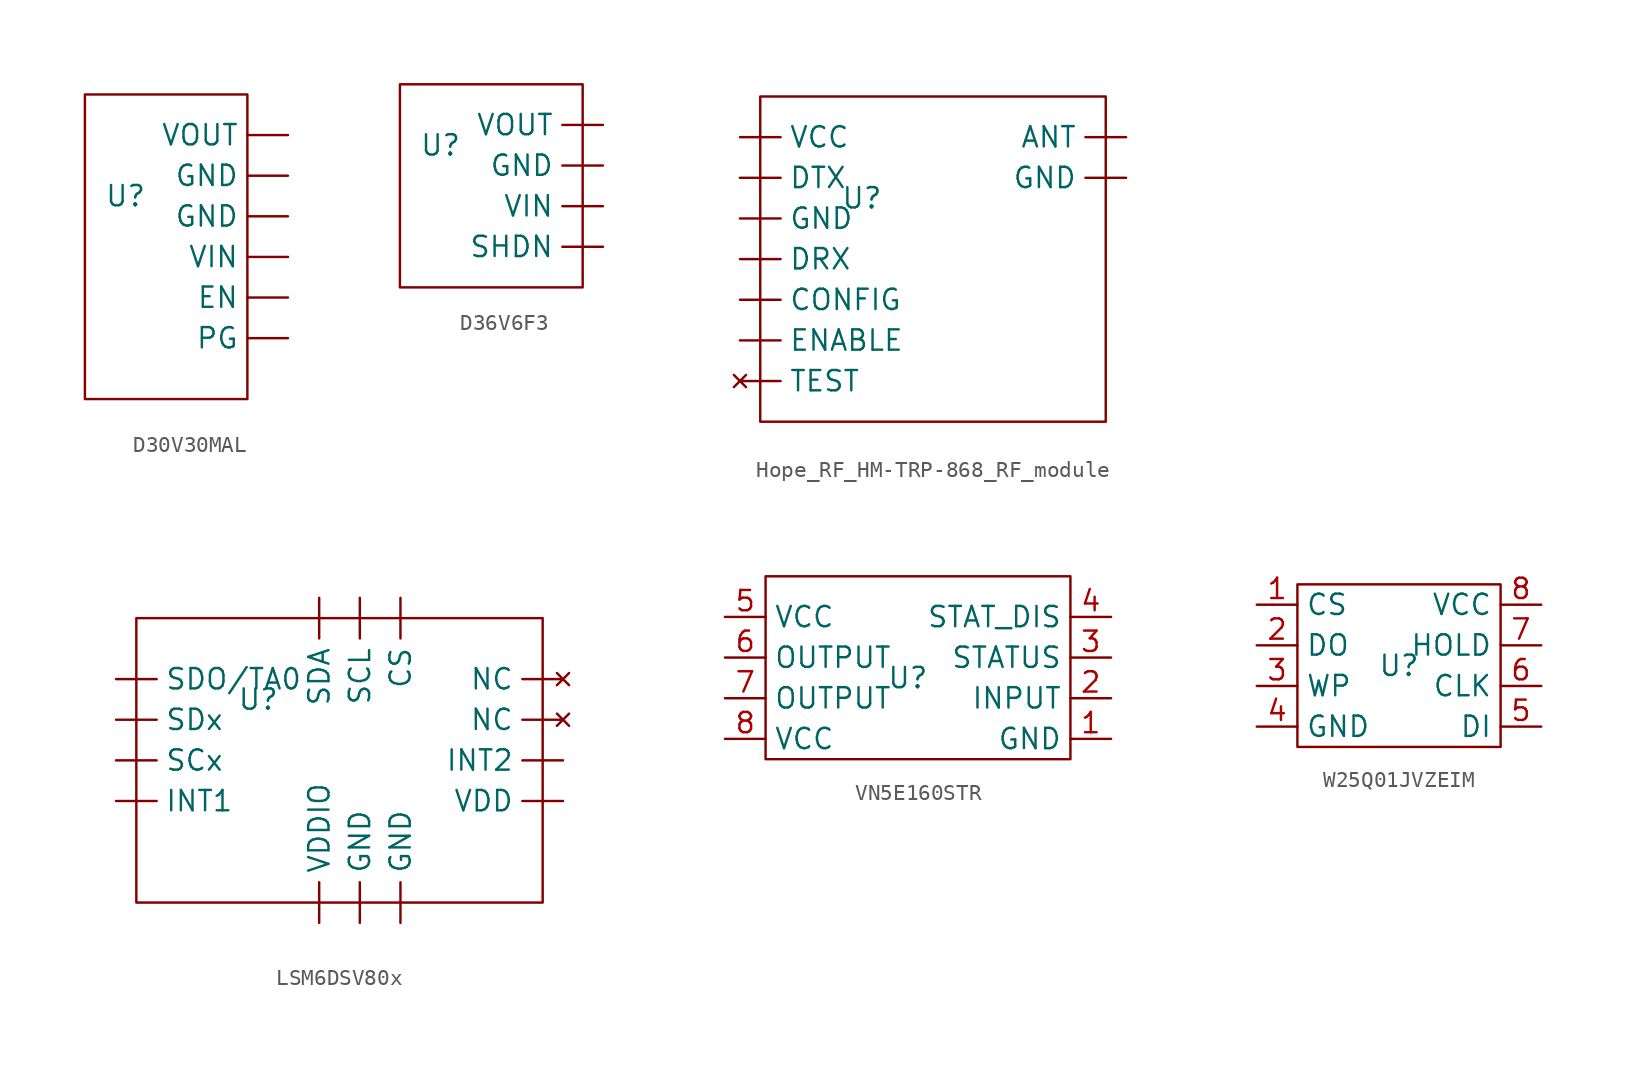
<source format=kicad_sym>
(kicad_symbol_lib
  (version 20241209)
  (generator "kicad_symbol_editor")
  (generator_version "9.0")
  (symbol "D30V30MAL"
    (property "Reference" "U"
      (at 0 0 0)
      (effects (font (size 1.27 1.27))))
    (property "Value" ""
      (at 0 0 0)
      (effects (font (size 1.27 1.27))))
    (symbol "D30V30MAL_0_1"
      (rectangle (start -2.54 6.35) (end 7.62 -12.7) (stroke (width 0) (type default)) (fill (type none))))
    (symbol "D30V30MAL_1_1"
      (pin power_out line (at 10.16 3.81 180) (length 2.54) (name "VOUT" (effects (font (size 1.27 1.27)))) (number "" (effects (font (size 1.27 1.27)))))
      (pin power_in line (at 10.16 1.27 180) (length 2.54) (name "GND" (effects (font (size 1.27 1.27)))) (number "" (effects (font (size 1.27 1.27)))))
      (pin power_in line (at 10.16 -1.27 180) (length 2.54) (name "GND" (effects (font (size 1.27 1.27)))) (number "" (effects (font (size 1.27 1.27)))))
      (pin power_in line (at 10.16 -3.81 180) (length 2.54) (name "VIN" (effects (font (size 1.27 1.27)))) (number "" (effects (font (size 1.27 1.27)))))
      (pin input line (at 10.16 -6.35 180) (length 2.54) (name "EN" (effects (font (size 1.27 1.27)))) (number "" (effects (font (size 1.27 1.27)))))
      (pin output line (at 10.16 -8.89 180) (length 2.54) (name "PG" (effects (font (size 1.27 1.27)))) (number "" (effects (font (size 1.27 1.27)))))))
  (symbol "D36V6F3"
    (property "Reference" "U"
      (at 0 0 0)
      (effects (font (size 1.27 1.27))))
    (property "Value" ""
      (at 0 0 0)
      (effects (font (size 1.27 1.27))))
    (symbol "D36V6F3_0_1"
      (rectangle (start -2.54 3.81) (end 8.89 -8.89) (stroke (width 0) (type default)) (fill (type none))))
    (symbol "D36V6F3_1_1"
      (pin power_out line (at 10.16 1.27 180) (length 2.54) (name "VOUT" (effects (font (size 1.27 1.27)))) (number "" (effects (font (size 1.27 1.27)))))
      (pin power_in line (at 10.16 -1.27 180) (length 2.54) (name "GND" (effects (font (size 1.27 1.27)))) (number "" (effects (font (size 1.27 1.27)))))
      (pin power_in line (at 10.16 -3.81 180) (length 2.54) (name "VIN" (effects (font (size 1.27 1.27)))) (number "" (effects (font (size 1.27 1.27)))))
      (pin input line (at 10.16 -6.35 180) (length 2.54) (name "SHDN" (effects (font (size 1.27 1.27)))) (number "" (effects (font (size 1.27 1.27)))))))
  (symbol "Hope_RF_HM-TRP-868_RF_module"
    (property "Reference" "U"
      (at 0 0 0)
      (effects (font (size 1.27 1.27))))
    (property "Value" ""
      (at 0 0 0)
      (effects (font (size 1.27 1.27))))
    (symbol "Hope_RF_HM-TRP-868_RF_module_0_1"
      (rectangle (start -6.35 6.35) (end 15.24 -13.97) (stroke (width 0) (type default)) (fill (type none))))
    (symbol "Hope_RF_HM-TRP-868_RF_module_1_1"
      (pin power_in line (at -7.62 3.81 0) (length 2.54) (name "VCC" (effects (font (size 1.27 1.27)))) (number "" (effects (font (size 1.27 1.27)))))
      (pin output line (at -7.62 1.27 0) (length 2.54) (name "DTX" (effects (font (size 1.27 1.27)))) (number "" (effects (font (size 1.27 1.27)))))
      (pin power_in line (at -7.62 -1.27 0) (length 2.54) (name "GND" (effects (font (size 1.27 1.27)))) (number "" (effects (font (size 1.27 1.27)))))
      (pin input line (at -7.62 -3.81 0) (length 2.54) (name "DRX" (effects (font (size 1.27 1.27)))) (number "" (effects (font (size 1.27 1.27)))))
      (pin input line (at -7.62 -6.35 0) (length 2.54) (name "CONFIG" (effects (font (size 1.27 1.27)))) (number "" (effects (font (size 1.27 1.27)))))
      (pin input line (at -7.62 -8.89 0) (length 2.54) (name "ENABLE" (effects (font (size 1.27 1.27)))) (number "" (effects (font (size 1.27 1.27)))))
      (pin no_connect line (at -7.62 -11.43 0) (length 2.54) (name "TEST" (effects (font (size 1.27 1.27)))) (number "" (effects (font (size 1.27 1.27)))))
      (pin bidirectional line (at 16.51 3.81 180) (length 2.54) (name "ANT" (effects (font (size 1.27 1.27)))) (number "" (effects (font (size 1.27 1.27)))))
      (pin power_in line (at 16.51 1.27 180) (length 2.54) (name "GND" (effects (font (size 1.27 1.27)))) (number "" (effects (font (size 1.27 1.27)))))))
  (symbol "LSM6DSV80x"
    (property "Reference" "U"
      (at 0 0 0)
      (effects (font (size 1.27 1.27))))
    (property "Value" ""
      (at 0 0 0)
      (effects (font (size 1.27 1.27))))
    (symbol "LSM6DSV80x_0_1"
      (rectangle (start 17.78 5.08) (end -7.62 -12.7) (stroke (width 0) (type default)) (fill (type none))))
    (symbol "LSM6DSV80x_1_1"
      (pin output line (at -8.89 1.27 0) (length 2.54) (name "SDO/TA0" (effects (font (size 1.27 1.27)))) (number "" (effects (font (size 1.27 1.27)))))
      (pin bidirectional line (at -8.89 -1.27 0) (length 2.54) (name "SDx" (effects (font (size 1.27 1.27)))) (number "" (effects (font (size 1.27 1.27)))))
      (pin input line (at -8.89 -3.81 0) (length 2.54) (name "SCx" (effects (font (size 1.27 1.27)))) (number "" (effects (font (size 1.27 1.27)))))
      (pin output line (at -8.89 -6.35 0) (length 2.54) (name "INT1" (effects (font (size 1.27 1.27)))) (number "" (effects (font (size 1.27 1.27)))))
      (pin bidirectional line (at 3.81 6.35 270) (length 2.54) (name "SDA" (effects (font (size 1.27 1.27)))) (number "" (effects (font (size 1.27 1.27)))))
      (pin power_in line (at 3.81 -13.97 90) (length 2.54) (name "VDDIO" (effects (font (size 1.27 1.27)))) (number "" (effects (font (size 1.27 1.27)))))
      (pin input line (at 6.35 6.35 270) (length 2.54) (name "SCL" (effects (font (size 1.27 1.27)))) (number "" (effects (font (size 1.27 1.27)))))
      (pin power_in line (at 6.35 -13.97 90) (length 2.54) (name "GND" (effects (font (size 1.27 1.27)))) (number "" (effects (font (size 1.27 1.27)))))
      (pin input line (at 8.89 6.35 270) (length 2.54) (name "CS" (effects (font (size 1.27 1.27)))) (number "" (effects (font (size 1.27 1.27)))))
      (pin power_in line (at 8.89 -13.97 90) (length 2.54) (name "GND" (effects (font (size 1.27 1.27)))) (number "" (effects (font (size 1.27 1.27)))))
      (pin no_connect line (at 19.05 1.27 180) (length 2.54) (name "NC" (effects (font (size 1.27 1.27)))) (number "" (effects (font (size 1.27 1.27)))))
      (pin no_connect line (at 19.05 -1.27 180) (length 2.54) (name "NC" (effects (font (size 1.27 1.27)))) (number "" (effects (font (size 1.27 1.27)))))
      (pin output line (at 19.05 -3.81 180) (length 2.54) (name "INT2" (effects (font (size 1.27 1.27)))) (number "" (effects (font (size 1.27 1.27)))))
      (pin power_in line (at 19.05 -6.35 180) (length 2.54) (name "VDD" (effects (font (size 1.27 1.27)))) (number "" (effects (font (size 1.27 1.27)))))))
  (symbol "VN5E160STR"
    (property "Reference" "U"
      (at 0 0 0)
      (effects (font (size 1.27 1.27))))
    (property "Value" ""
      (at 0 0 0)
      (effects (font (size 1.27 1.27))))
    (symbol "VN5E160STR_0_1"
      (rectangle (start -8.89 6.35) (end 10.16 -5.08) (stroke (width 0) (type default)) (fill (type none))))
    (symbol "VN5E160STR_1_1"
      (pin power_in line (at -11.43 3.81 0) (length 2.54) (name "VCC" (effects (font (size 1.27 1.27)))) (number "5" (effects (font (size 1.27 1.27)))))
      (pin power_out line (at -11.43 1.27 0) (length 2.54) (name "OUTPUT" (effects (font (size 1.27 1.27)))) (number "6" (effects (font (size 1.27 1.27)))))
      (pin power_out line (at -11.43 -1.27 0) (length 2.54) (name "OUTPUT" (effects (font (size 1.27 1.27)))) (number "7" (effects (font (size 1.27 1.27)))))
      (pin power_in line (at -11.43 -3.81 0) (length 2.54) (name "VCC" (effects (font (size 1.27 1.27)))) (number "8" (effects (font (size 1.27 1.27)))))
      (pin output line (at 12.7 3.81 180) (length 2.54) (name "STAT_DIS" (effects (font (size 1.27 1.27)))) (number "4" (effects (font (size 1.27 1.27)))))
      (pin output line (at 12.7 1.27 180) (length 2.54) (name "STATUS" (effects (font (size 1.27 1.27)))) (number "3" (effects (font (size 1.27 1.27)))))
      (pin input line (at 12.7 -1.27 180) (length 2.54) (name "INPUT" (effects (font (size 1.27 1.27)))) (number "2" (effects (font (size 1.27 1.27)))))
      (pin power_in line (at 12.7 -3.81 180) (length 2.54) (name "GND" (effects (font (size 1.27 1.27)))) (number "1" (effects (font (size 1.27 1.27)))))))
  (symbol "W25Q01JVZEIM"
    (property "Reference" "U"
      (at 0 0 0)
      (effects (font (size 1.27 1.27))))
    (property "Value" ""
      (at 0 0 0)
      (effects (font (size 1.27 1.27))))
    (symbol "W25Q01JVZEIM_0_1"
      (rectangle (start -6.35 -5.08) (end 6.35 5.08) (stroke (width 0) (type default)) (fill (type none))))
    (symbol "W25Q01JVZEIM_1_1"
      (pin input line (at -8.89 3.81 0) (length 2.54) (name "CS" (effects (font (size 1.27 1.27)))) (number "1" (effects (font (size 1.27 1.27)))))
      (pin bidirectional line (at -8.89 1.27 0) (length 2.54) (name "DO" (effects (font (size 1.27 1.27)))) (number "2" (effects (font (size 1.27 1.27)))))
      (pin bidirectional line (at -8.89 -1.27 0) (length 2.54) (name "WP" (effects (font (size 1.27 1.27)))) (number "3" (effects (font (size 1.27 1.27)))))
      (pin power_in line (at -8.89 -3.81 0) (length 2.54) (name "GND" (effects (font (size 1.27 1.27)))) (number "4" (effects (font (size 1.27 1.27)))))
      (pin power_in line (at 8.89 3.81 180) (length 2.54) (name "VCC" (effects (font (size 1.27 1.27)))) (number "8" (effects (font (size 1.27 1.27)))))
      (pin bidirectional line (at 8.89 1.27 180) (length 2.54) (name "HOLD" (effects (font (size 1.27 1.27)))) (number "7" (effects (font (size 1.27 1.27)))))
      (pin input line (at 8.89 -1.27 180) (length 2.54) (name "CLK" (effects (font (size 1.27 1.27)))) (number "6" (effects (font (size 1.27 1.27)))))
      (pin bidirectional line (at 8.89 -3.81 180) (length 2.54) (name "DI" (effects (font (size 1.27 1.27)))) (number "5" (effects (font (size 1.27 1.27))))))))
</source>
